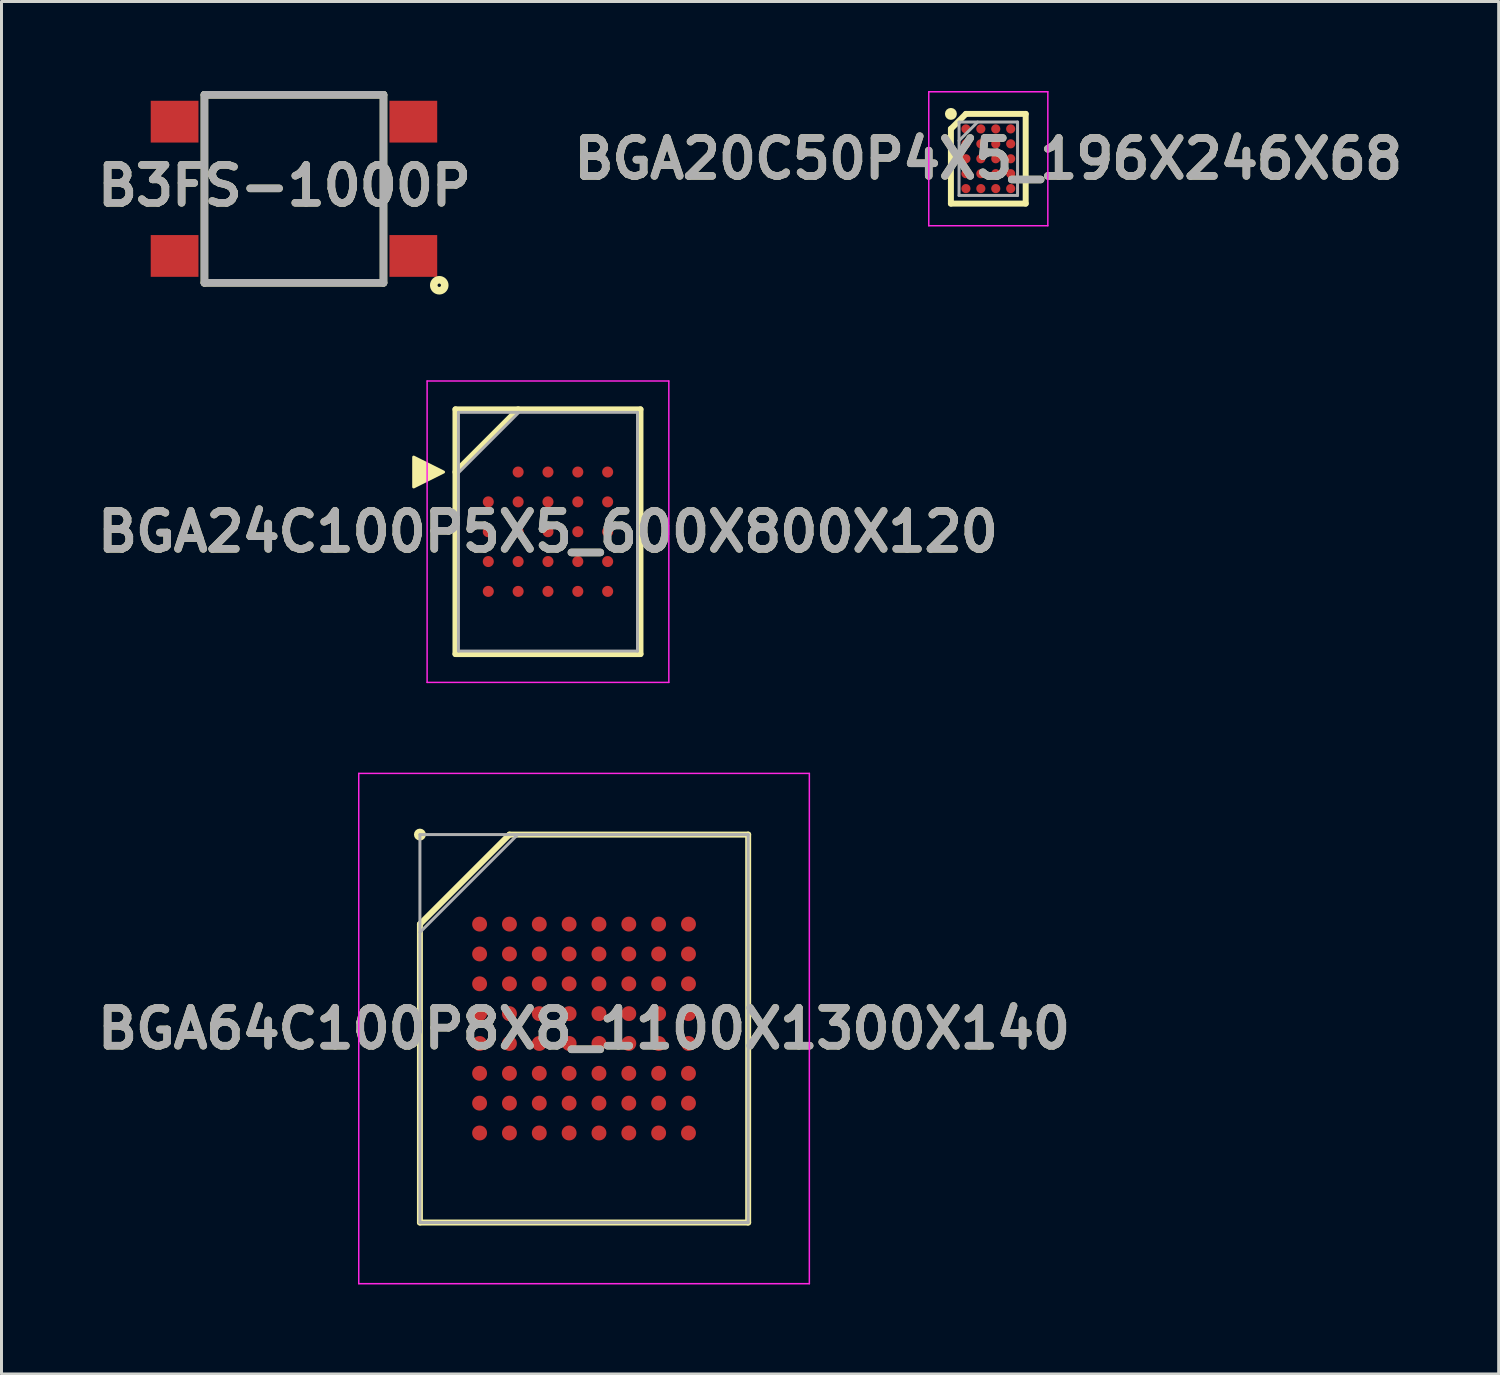
<source format=kicad_pcb>
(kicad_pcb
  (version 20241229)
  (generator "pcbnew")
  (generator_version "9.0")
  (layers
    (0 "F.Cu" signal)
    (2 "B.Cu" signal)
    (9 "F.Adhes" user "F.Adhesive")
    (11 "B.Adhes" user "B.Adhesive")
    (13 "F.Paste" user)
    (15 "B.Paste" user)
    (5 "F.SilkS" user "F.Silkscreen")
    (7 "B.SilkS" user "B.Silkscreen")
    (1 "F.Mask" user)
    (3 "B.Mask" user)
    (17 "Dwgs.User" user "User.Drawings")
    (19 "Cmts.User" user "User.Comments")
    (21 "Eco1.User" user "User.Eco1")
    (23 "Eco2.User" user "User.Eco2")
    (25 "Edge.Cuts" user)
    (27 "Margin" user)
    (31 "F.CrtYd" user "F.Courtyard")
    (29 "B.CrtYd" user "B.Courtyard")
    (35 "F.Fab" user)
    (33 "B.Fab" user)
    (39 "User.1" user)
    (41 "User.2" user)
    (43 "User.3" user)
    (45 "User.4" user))
  (footprint "B3FS-1000P"
    (layer "F.Cu")
    (at 6.801 3.277)
    (property "Reference" "B3FS-1000P" (at -0.318 -0.105 0) (layer "F.SilkS") (effects (font (size 1.27 1.27) (thickness 0.254))))
    (attr smd)
    (fp_line (start -3 -3.15) (end 3 -3.15) (stroke (width 0.254) (type solid)) (layer "F.SilkS"))
    (fp_line (start -3 3.15) (end -3 -3.15) (stroke (width 0.254) (type solid)) (layer "F.SilkS"))
    (fp_line (start 3 -3.15) (end 3 3.15) (stroke (width 0.254) (type solid)) (layer "F.SilkS"))
    (fp_line (start 3 3.15) (end -3 3.15) (stroke (width 0.254) (type solid)) (layer "F.SilkS"))
    (fp_circle (center 4.869 3.232) (end 4.869 3.289) (stroke (width 0.254) (type solid)) (fill no) (layer "F.SilkS"))
    (fp_line (start -3 -3.15) (end 3 -3.15) (stroke (width 0.254) (type solid)) (layer "F.Fab"))
    (fp_line (start -3 3.15) (end -3 -3.15) (stroke (width 0.254) (type solid)) (layer "F.Fab"))
    (fp_line (start 3 -3.15) (end 3 3.15) (stroke (width 0.254) (type solid)) (layer "F.Fab"))
    (fp_line (start 3 3.15) (end -3 3.15) (stroke (width 0.254) (type solid)) (layer "F.Fab"))
    (fp_text user "${REFERENCE}" (at -0.318 -0.105 0) (layer "F.Fab") (effects (font (size 1.27 1.27) (thickness 0.254))))
    (pad "1" smd rect (at 4 2.25 90) (size 1.4 1.6) (layers "F.Cu" "F.Mask" "F.Paste"))
    (pad "2" smd rect (at -4 2.25 90) (size 1.4 1.6) (layers "F.Cu" "F.Mask" "F.Paste"))
    (pad "3" smd rect (at 4 -2.25 90) (size 1.4 1.6) (layers "F.Cu" "F.Mask" "F.Paste"))
    (pad "4" smd rect (at -4 -2.25 90) (size 1.4 1.6) (layers "F.Cu" "F.Mask" "F.Paste")))
  (footprint "BGA64C100P8X8_1100X1300X140"
    (layer "F.Cu")
    (at 16.522 31.418)
    (property "Reference" "BGA64C100P8X8_1100X1300X140" (at 0 0 0) (layer "F.SilkS") (effects (font (size 1.27 1.27) (thickness 0.254))))
    (attr smd)
    (fp_line (start -5.5 -3.5) (end -2.5 -6.5) (stroke (width 0.2) (type solid)) (layer "F.SilkS"))
    (fp_line (start -5.5 6.5) (end -5.5 -3.5) (stroke (width 0.2) (type solid)) (layer "F.SilkS"))
    (fp_line (start -2.5 -6.5) (end 5.5 -6.5) (stroke (width 0.2) (type solid)) (layer "F.SilkS"))
    (fp_line (start 5.5 -6.5) (end 5.5 6.5) (stroke (width 0.2) (type solid)) (layer "F.SilkS"))
    (fp_line (start 5.5 6.5) (end -5.5 6.5) (stroke (width 0.2) (type solid)) (layer "F.SilkS"))
    (fp_circle (center -5.5 -6.5) (end -5.5 -6.4) (stroke (width 0.2) (type solid)) (fill no) (layer "F.SilkS"))
    (fp_line (start -7.55 -8.55) (end 7.55 -8.55) (stroke (width 0.05) (type solid)) (layer "F.CrtYd"))
    (fp_line (start -7.55 8.55) (end -7.55 -8.55) (stroke (width 0.05) (type solid)) (layer "F.CrtYd"))
    (fp_line (start 7.55 -8.55) (end 7.55 8.55) (stroke (width 0.05) (type solid)) (layer "F.CrtYd"))
    (fp_line (start 7.55 8.55) (end -7.55 8.55) (stroke (width 0.05) (type solid)) (layer "F.CrtYd"))
    (fp_line (start -5.5 -6.5) (end 5.5 -6.5) (stroke (width 0.1) (type solid)) (layer "F.Fab"))
    (fp_line (start -5.5 -3.225) (end -2.225 -6.5) (stroke (width 0.1) (type solid)) (layer "F.Fab"))
    (fp_line (start -5.5 6.5) (end -5.5 -6.5) (stroke (width 0.1) (type solid)) (layer "F.Fab"))
    (fp_line (start 5.5 -6.5) (end 5.5 6.5) (stroke (width 0.1) (type solid)) (layer "F.Fab"))
    (fp_line (start 5.5 6.5) (end -5.5 6.5) (stroke (width 0.1) (type solid)) (layer "F.Fab"))
    (fp_text user "${REFERENCE}" (at 0 0 0) (layer "F.Fab") (effects (font (size 1.27 1.27) (thickness 0.254))))
    (pad "A1" smd circle (at -3.5 -3.5 90) (size 0.5 0.5) (layers "F.Cu" "F.Mask" "F.Paste"))
    (pad "A2" smd circle (at -2.5 -3.5 90) (size 0.5 0.5) (layers "F.Cu" "F.Mask" "F.Paste"))
    (pad "A3" smd circle (at -1.5 -3.5 90) (size 0.5 0.5) (layers "F.Cu" "F.Mask" "F.Paste"))
    (pad "A4" smd circle (at -0.5 -3.5 90) (size 0.5 0.5) (layers "F.Cu" "F.Mask" "F.Paste"))
    (pad "A5" smd circle (at 0.5 -3.5 90) (size 0.5 0.5) (layers "F.Cu" "F.Mask" "F.Paste"))
    (pad "A6" smd circle (at 1.5 -3.5 90) (size 0.5 0.5) (layers "F.Cu" "F.Mask" "F.Paste"))
    (pad "A7" smd circle (at 2.5 -3.5 90) (size 0.5 0.5) (layers "F.Cu" "F.Mask" "F.Paste"))
    (pad "A8" smd circle (at 3.5 -3.5 90) (size 0.5 0.5) (layers "F.Cu" "F.Mask" "F.Paste"))
    (pad "B1" smd circle (at -3.5 -2.5 90) (size 0.5 0.5) (layers "F.Cu" "F.Mask" "F.Paste"))
    (pad "B2" smd circle (at -2.5 -2.5 90) (size 0.5 0.5) (layers "F.Cu" "F.Mask" "F.Paste"))
    (pad "B3" smd circle (at -1.5 -2.5 90) (size 0.5 0.5) (layers "F.Cu" "F.Mask" "F.Paste"))
    (pad "B4" smd circle (at -0.5 -2.5 90) (size 0.5 0.5) (layers "F.Cu" "F.Mask" "F.Paste"))
    (pad "B5" smd circle (at 0.5 -2.5 90) (size 0.5 0.5) (layers "F.Cu" "F.Mask" "F.Paste"))
    (pad "B6" smd circle (at 1.5 -2.5 90) (size 0.5 0.5) (layers "F.Cu" "F.Mask" "F.Paste"))
    (pad "B7" smd circle (at 2.5 -2.5 90) (size 0.5 0.5) (layers "F.Cu" "F.Mask" "F.Paste"))
    (pad "B8" smd circle (at 3.5 -2.5 90) (size 0.5 0.5) (layers "F.Cu" "F.Mask" "F.Paste"))
    (pad "C1" smd circle (at -3.5 -1.5 90) (size 0.5 0.5) (layers "F.Cu" "F.Mask" "F.Paste"))
    (pad "C2" smd circle (at -2.5 -1.5 90) (size 0.5 0.5) (layers "F.Cu" "F.Mask" "F.Paste"))
    (pad "C3" smd circle (at -1.5 -1.5 90) (size 0.5 0.5) (layers "F.Cu" "F.Mask" "F.Paste"))
    (pad "C4" smd circle (at -0.5 -1.5 90) (size 0.5 0.5) (layers "F.Cu" "F.Mask" "F.Paste"))
    (pad "C5" smd circle (at 0.5 -1.5 90) (size 0.5 0.5) (layers "F.Cu" "F.Mask" "F.Paste"))
    (pad "C6" smd circle (at 1.5 -1.5 90) (size 0.5 0.5) (layers "F.Cu" "F.Mask" "F.Paste"))
    (pad "C7" smd circle (at 2.5 -1.5 90) (size 0.5 0.5) (layers "F.Cu" "F.Mask" "F.Paste"))
    (pad "C8" smd circle (at 3.5 -1.5 90) (size 0.5 0.5) (layers "F.Cu" "F.Mask" "F.Paste"))
    (pad "D1" smd circle (at -3.5 -0.5 90) (size 0.5 0.5) (layers "F.Cu" "F.Mask" "F.Paste"))
    (pad "D2" smd circle (at -2.5 -0.5 90) (size 0.5 0.5) (layers "F.Cu" "F.Mask" "F.Paste"))
    (pad "D3" smd circle (at -1.5 -0.5 90) (size 0.5 0.5) (layers "F.Cu" "F.Mask" "F.Paste"))
    (pad "D4" smd circle (at -0.5 -0.5 90) (size 0.5 0.5) (layers "F.Cu" "F.Mask" "F.Paste"))
    (pad "D5" smd circle (at 0.5 -0.5 90) (size 0.5 0.5) (layers "F.Cu" "F.Mask" "F.Paste"))
    (pad "D6" smd circle (at 1.5 -0.5 90) (size 0.5 0.5) (layers "F.Cu" "F.Mask" "F.Paste"))
    (pad "D7" smd circle (at 2.5 -0.5 90) (size 0.5 0.5) (layers "F.Cu" "F.Mask" "F.Paste"))
    (pad "D8" smd circle (at 3.5 -0.5 90) (size 0.5 0.5) (layers "F.Cu" "F.Mask" "F.Paste"))
    (pad "E1" smd circle (at -3.5 0.5 90) (size 0.5 0.5) (layers "F.Cu" "F.Mask" "F.Paste"))
    (pad "E2" smd circle (at -2.5 0.5 90) (size 0.5 0.5) (layers "F.Cu" "F.Mask" "F.Paste"))
    (pad "E3" smd circle (at -1.5 0.5 90) (size 0.5 0.5) (layers "F.Cu" "F.Mask" "F.Paste"))
    (pad "E4" smd circle (at -0.5 0.5 90) (size 0.5 0.5) (layers "F.Cu" "F.Mask" "F.Paste"))
    (pad "E5" smd circle (at 0.5 0.5 90) (size 0.5 0.5) (layers "F.Cu" "F.Mask" "F.Paste"))
    (pad "E6" smd circle (at 1.5 0.5 90) (size 0.5 0.5) (layers "F.Cu" "F.Mask" "F.Paste"))
    (pad "E7" smd circle (at 2.5 0.5 90) (size 0.5 0.5) (layers "F.Cu" "F.Mask" "F.Paste"))
    (pad "E8" smd circle (at 3.5 0.5 90) (size 0.5 0.5) (layers "F.Cu" "F.Mask" "F.Paste"))
    (pad "F1" smd circle (at -3.5 1.5 90) (size 0.5 0.5) (layers "F.Cu" "F.Mask" "F.Paste"))
    (pad "F2" smd circle (at -2.5 1.5 90) (size 0.5 0.5) (layers "F.Cu" "F.Mask" "F.Paste"))
    (pad "F3" smd circle (at -1.5 1.5 90) (size 0.5 0.5) (layers "F.Cu" "F.Mask" "F.Paste"))
    (pad "F4" smd circle (at -0.5 1.5 90) (size 0.5 0.5) (layers "F.Cu" "F.Mask" "F.Paste"))
    (pad "F5" smd circle (at 0.5 1.5 90) (size 0.5 0.5) (layers "F.Cu" "F.Mask" "F.Paste"))
    (pad "F6" smd circle (at 1.5 1.5 90) (size 0.5 0.5) (layers "F.Cu" "F.Mask" "F.Paste"))
    (pad "F7" smd circle (at 2.5 1.5 90) (size 0.5 0.5) (layers "F.Cu" "F.Mask" "F.Paste"))
    (pad "F8" smd circle (at 3.5 1.5 90) (size 0.5 0.5) (layers "F.Cu" "F.Mask" "F.Paste"))
    (pad "G1" smd circle (at -3.5 2.5 90) (size 0.5 0.5) (layers "F.Cu" "F.Mask" "F.Paste"))
    (pad "G2" smd circle (at -2.5 2.5 90) (size 0.5 0.5) (layers "F.Cu" "F.Mask" "F.Paste"))
    (pad "G3" smd circle (at -1.5 2.5 90) (size 0.5 0.5) (layers "F.Cu" "F.Mask" "F.Paste"))
    (pad "G4" smd circle (at -0.5 2.5 90) (size 0.5 0.5) (layers "F.Cu" "F.Mask" "F.Paste"))
    (pad "G5" smd circle (at 0.5 2.5 90) (size 0.5 0.5) (layers "F.Cu" "F.Mask" "F.Paste"))
    (pad "G6" smd circle (at 1.5 2.5 90) (size 0.5 0.5) (layers "F.Cu" "F.Mask" "F.Paste"))
    (pad "G7" smd circle (at 2.5 2.5 90) (size 0.5 0.5) (layers "F.Cu" "F.Mask" "F.Paste"))
    (pad "G8" smd circle (at 3.5 2.5 90) (size 0.5 0.5) (layers "F.Cu" "F.Mask" "F.Paste"))
    (pad "H1" smd circle (at -3.5 3.5 90) (size 0.5 0.5) (layers "F.Cu" "F.Mask" "F.Paste"))
    (pad "H2" smd circle (at -2.5 3.5 90) (size 0.5 0.5) (layers "F.Cu" "F.Mask" "F.Paste"))
    (pad "H3" smd circle (at -1.5 3.5 90) (size 0.5 0.5) (layers "F.Cu" "F.Mask" "F.Paste"))
    (pad "H4" smd circle (at -0.5 3.5 90) (size 0.5 0.5) (layers "F.Cu" "F.Mask" "F.Paste"))
    (pad "H5" smd circle (at 0.5 3.5 90) (size 0.5 0.5) (layers "F.Cu" "F.Mask" "F.Paste"))
    (pad "H6" smd circle (at 1.5 3.5 90) (size 0.5 0.5) (layers "F.Cu" "F.Mask" "F.Paste"))
    (pad "H7" smd circle (at 2.5 3.5 90) (size 0.5 0.5) (layers "F.Cu" "F.Mask" "F.Paste"))
    (pad "H8" smd circle (at 3.5 3.5 90) (size 0.5 0.5) (layers "F.Cu" "F.Mask" "F.Paste")))
  (footprint "BGA24C100P5X5_600X800X120"
    (layer "F.Cu")
    (at 15.313 14.768)
    (property "Reference" "BGA24C100P5X5_600X800X120" (at 0 0 0) (layer "F.SilkS") (effects (font (size 1.27 1.27) (thickness 0.254))))
    (attr smd)
    (fp_line (start -3.1 -4.1) (end 3.1 -4.1) (stroke (width 0.2) (type solid)) (layer "F.SilkS"))
    (fp_line (start -3.1 -2) (end -1 -4.1) (stroke (width 0.2) (type solid)) (layer "F.SilkS"))
    (fp_line (start -3.1 4.1) (end -3.1 -4.1) (stroke (width 0.2) (type solid)) (layer "F.SilkS"))
    (fp_line (start 3.1 -4.1) (end 3.1 4.1) (stroke (width 0.2) (type solid)) (layer "F.SilkS"))
    (fp_line (start 3.1 4.1) (end -3.1 4.1) (stroke (width 0.2) (type solid)) (layer "F.SilkS"))
    (fp_poly (pts (xy -3.5 -2) (xy -4.5 -1.5) (xy -4.5 -2.5)) (stroke (width 0.1) (type solid)) (fill yes) (layer "F.SilkS"))
    (fp_line (start -4.05 -5.05) (end 4.05 -5.05) (stroke (width 0.05) (type solid)) (layer "F.CrtYd"))
    (fp_line (start -4.05 5.05) (end -4.05 -5.05) (stroke (width 0.05) (type solid)) (layer "F.CrtYd"))
    (fp_line (start 4.05 -5.05) (end 4.05 5.05) (stroke (width 0.05) (type solid)) (layer "F.CrtYd"))
    (fp_line (start 4.05 5.05) (end -4.05 5.05) (stroke (width 0.05) (type solid)) (layer "F.CrtYd"))
    (fp_line (start -3 -4) (end 3 -4) (stroke (width 0.1) (type solid)) (layer "F.Fab"))
    (fp_line (start -3 -1.975) (end -0.975 -4) (stroke (width 0.1) (type solid)) (layer "F.Fab"))
    (fp_line (start -3 4) (end -3 -4) (stroke (width 0.1) (type solid)) (layer "F.Fab"))
    (fp_line (start 3 -4) (end 3 4) (stroke (width 0.1) (type solid)) (layer "F.Fab"))
    (fp_line (start 3 4) (end -3 4) (stroke (width 0.1) (type solid)) (layer "F.Fab"))
    (fp_text user "${REFERENCE}" (at 0 0 0) (layer "F.Fab") (effects (font (size 1.27 1.27) (thickness 0.254))))
    (pad "A2" smd circle (at -1 -2 90) (size 0.37 0.37) (layers "F.Cu" "F.Mask" "F.Paste"))
    (pad "A3" smd circle (at 0 -2 90) (size 0.37 0.37) (layers "F.Cu" "F.Mask" "F.Paste"))
    (pad "A4" smd circle (at 1 -2 90) (size 0.37 0.37) (layers "F.Cu" "F.Mask" "F.Paste"))
    (pad "A5" smd circle (at 2 -2 90) (size 0.37 0.37) (layers "F.Cu" "F.Mask" "F.Paste"))
    (pad "B1" smd circle (at -2 -1 90) (size 0.37 0.37) (layers "F.Cu" "F.Mask" "F.Paste"))
    (pad "B2" smd circle (at -1 -1 90) (size 0.37 0.37) (layers "F.Cu" "F.Mask" "F.Paste"))
    (pad "B3" smd circle (at 0 -1 90) (size 0.37 0.37) (layers "F.Cu" "F.Mask" "F.Paste"))
    (pad "B4" smd circle (at 1 -1 90) (size 0.37 0.37) (layers "F.Cu" "F.Mask" "F.Paste"))
    (pad "B5" smd circle (at 2 -1 90) (size 0.37 0.37) (layers "F.Cu" "F.Mask" "F.Paste"))
    (pad "C1" smd circle (at -2 0 90) (size 0.37 0.37) (layers "F.Cu" "F.Mask" "F.Paste"))
    (pad "C2" smd circle (at -1 0 90) (size 0.37 0.37) (layers "F.Cu" "F.Mask" "F.Paste"))
    (pad "C3" smd circle (at 0 0 90) (size 0.37 0.37) (layers "F.Cu" "F.Mask" "F.Paste"))
    (pad "C4" smd circle (at 1 0 90) (size 0.37 0.37) (layers "F.Cu" "F.Mask" "F.Paste"))
    (pad "C5" smd circle (at 2 0 90) (size 0.37 0.37) (layers "F.Cu" "F.Mask" "F.Paste"))
    (pad "D1" smd circle (at -2 1 90) (size 0.37 0.37) (layers "F.Cu" "F.Mask" "F.Paste"))
    (pad "D2" smd circle (at -1 1 90) (size 0.37 0.37) (layers "F.Cu" "F.Mask" "F.Paste"))
    (pad "D3" smd circle (at 0 1 90) (size 0.37 0.37) (layers "F.Cu" "F.Mask" "F.Paste"))
    (pad "D4" smd circle (at 1 1 90) (size 0.37 0.37) (layers "F.Cu" "F.Mask" "F.Paste"))
    (pad "D5" smd circle (at 2 1 90) (size 0.37 0.37) (layers "F.Cu" "F.Mask" "F.Paste"))
    (pad "E1" smd circle (at -2 2 90) (size 0.37 0.37) (layers "F.Cu" "F.Mask" "F.Paste"))
    (pad "E2" smd circle (at -1 2 90) (size 0.37 0.37) (layers "F.Cu" "F.Mask" "F.Paste"))
    (pad "E3" smd circle (at 0 2 90) (size 0.37 0.37) (layers "F.Cu" "F.Mask" "F.Paste"))
    (pad "E4" smd circle (at 1 2 90) (size 0.37 0.37) (layers "F.Cu" "F.Mask" "F.Paste"))
    (pad "E5" smd circle (at 2 2 90) (size 0.37 0.37) (layers "F.Cu" "F.Mask" "F.Paste")))
  (footprint "BGA20C50P4X5_196X246X68"
    (layer "F.Cu")
    (at 30.069 2.27)
    (property "Reference" "BGA20C50P4X5_196X246X68" (at 0 0 0) (layer "F.SilkS") (effects (font (size 1.27 1.27) (thickness 0.254))))
    (attr smd)
    (fp_line (start -1.253 -1) (end -0.75 -1.503) (stroke (width 0.2) (type solid)) (layer "F.SilkS"))
    (fp_line (start -1.253 1.503) (end -1.253 -1) (stroke (width 0.2) (type solid)) (layer "F.SilkS"))
    (fp_line (start -0.75 -1.503) (end 1.253 -1.503) (stroke (width 0.2) (type solid)) (layer "F.SilkS"))
    (fp_line (start 1.253 -1.503) (end 1.253 1.503) (stroke (width 0.2) (type solid)) (layer "F.SilkS"))
    (fp_line (start 1.253 1.503) (end -1.253 1.503) (stroke (width 0.2) (type solid)) (layer "F.SilkS"))
    (fp_circle (center -1.253 -1.503) (end -1.253 -1.403) (stroke (width 0.2) (type solid)) (fill no) (layer "F.SilkS"))
    (fp_line (start -1.995 -2.245) (end 1.995 -2.245) (stroke (width 0.05) (type solid)) (layer "F.CrtYd"))
    (fp_line (start -1.995 2.245) (end -1.995 -2.245) (stroke (width 0.05) (type solid)) (layer "F.CrtYd"))
    (fp_line (start 1.995 -2.245) (end 1.995 2.245) (stroke (width 0.05) (type solid)) (layer "F.CrtYd"))
    (fp_line (start 1.995 2.245) (end -1.995 2.245) (stroke (width 0.05) (type solid)) (layer "F.CrtYd"))
    (fp_line (start -0.98 -1.23) (end 0.98 -1.23) (stroke (width 0.1) (type solid)) (layer "F.Fab"))
    (fp_line (start -0.98 -0.608) (end -0.358 -1.23) (stroke (width 0.1) (type solid)) (layer "F.Fab"))
    (fp_line (start -0.98 1.23) (end -0.98 -1.23) (stroke (width 0.1) (type solid)) (layer "F.Fab"))
    (fp_line (start 0.98 -1.23) (end 0.98 1.23) (stroke (width 0.1) (type solid)) (layer "F.Fab"))
    (fp_line (start 0.98 1.23) (end -0.98 1.23) (stroke (width 0.1) (type solid)) (layer "F.Fab"))
    (fp_text user "${REFERENCE}" (at 0 0 0) (layer "F.Fab") (effects (font (size 1.27 1.27) (thickness 0.254))))
    (pad "A1" smd circle (at -0.75 -1 90) (size 0.306 0.306) (layers "F.Cu" "F.Mask" "F.Paste"))
    (pad "A2" smd circle (at -0.25 -1 90) (size 0.306 0.306) (layers "F.Cu" "F.Mask" "F.Paste"))
    (pad "A3" smd circle (at 0.25 -1 90) (size 0.306 0.306) (layers "F.Cu" "F.Mask" "F.Paste"))
    (pad "A4" smd circle (at 0.75 -1 90) (size 0.306 0.306) (layers "F.Cu" "F.Mask" "F.Paste"))
    (pad "B1" smd circle (at -0.75 -0.5 90) (size 0.306 0.306) (layers "F.Cu" "F.Mask" "F.Paste"))
    (pad "B2" smd circle (at -0.25 -0.5 90) (size 0.306 0.306) (layers "F.Cu" "F.Mask" "F.Paste"))
    (pad "B3" smd circle (at 0.25 -0.5 90) (size 0.306 0.306) (layers "F.Cu" "F.Mask" "F.Paste"))
    (pad "B4" smd circle (at 0.75 -0.5 90) (size 0.306 0.306) (layers "F.Cu" "F.Mask" "F.Paste"))
    (pad "C1" smd circle (at -0.75 0 90) (size 0.306 0.306) (layers "F.Cu" "F.Mask" "F.Paste"))
    (pad "C2" smd circle (at -0.25 0 90) (size 0.306 0.306) (layers "F.Cu" "F.Mask" "F.Paste"))
    (pad "C3" smd circle (at 0.25 0 90) (size 0.306 0.306) (layers "F.Cu" "F.Mask" "F.Paste"))
    (pad "C4" smd circle (at 0.75 0 90) (size 0.306 0.306) (layers "F.Cu" "F.Mask" "F.Paste"))
    (pad "D1" smd circle (at -0.75 0.5 90) (size 0.306 0.306) (layers "F.Cu" "F.Mask" "F.Paste"))
    (pad "D2" smd circle (at -0.25 0.5 90) (size 0.306 0.306) (layers "F.Cu" "F.Mask" "F.Paste"))
    (pad "D3" smd circle (at 0.25 0.5 90) (size 0.306 0.306) (layers "F.Cu" "F.Mask" "F.Paste"))
    (pad "D4" smd circle (at 0.75 0.5 90) (size 0.306 0.306) (layers "F.Cu" "F.Mask" "F.Paste"))
    (pad "E1" smd circle (at -0.75 1 90) (size 0.306 0.306) (layers "F.Cu" "F.Mask" "F.Paste"))
    (pad "E2" smd circle (at -0.25 1 90) (size 0.306 0.306) (layers "F.Cu" "F.Mask" "F.Paste"))
    (pad "E3" smd circle (at 0.25 1 90) (size 0.306 0.306) (layers "F.Cu" "F.Mask" "F.Paste"))
    (pad "E4" smd circle (at 0.75 1 90) (size 0.306 0.306) (layers "F.Cu" "F.Mask" "F.Paste")))
  (gr_rect
    (start -3 -3)
    (end 47.172 42.993)
    (stroke (width 0.1) (type default))
    (fill no)
    (layer "Edge.Cuts")))
</source>
